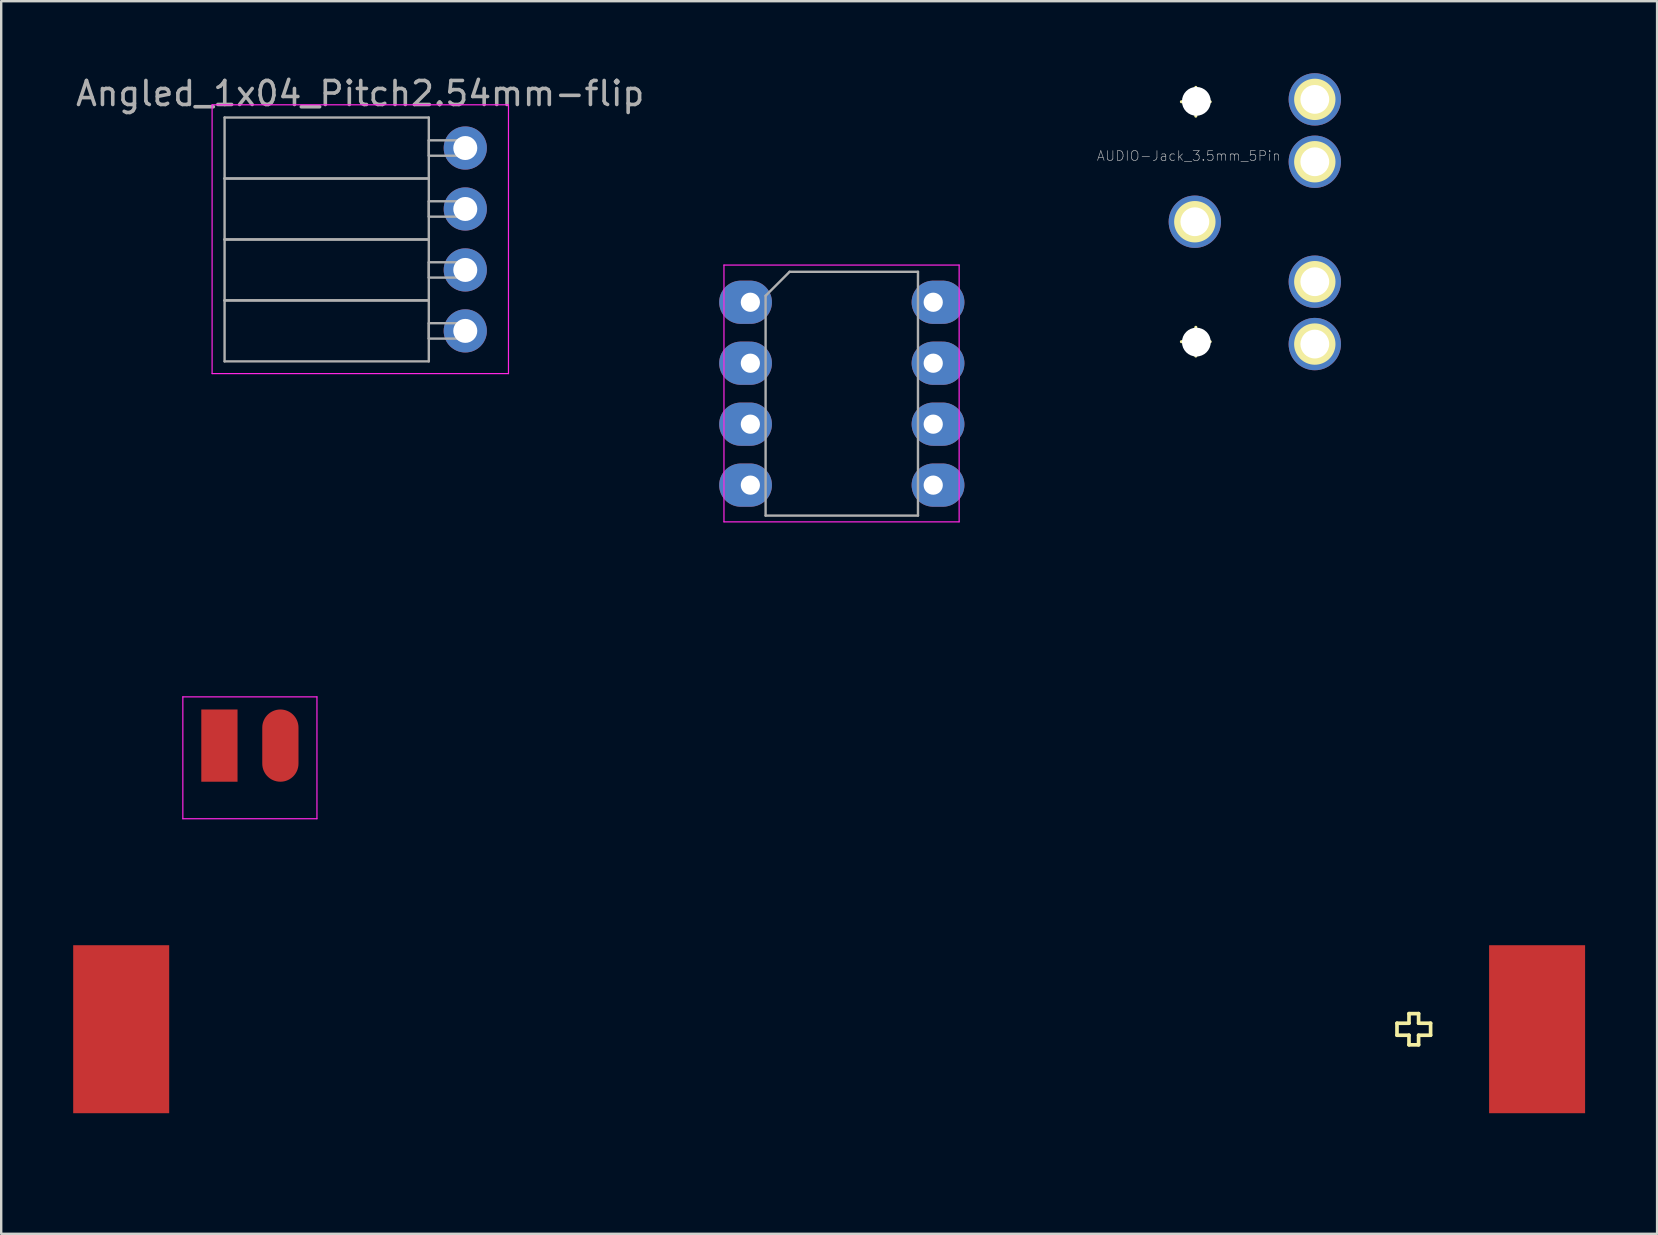
<source format=kicad_pcb>
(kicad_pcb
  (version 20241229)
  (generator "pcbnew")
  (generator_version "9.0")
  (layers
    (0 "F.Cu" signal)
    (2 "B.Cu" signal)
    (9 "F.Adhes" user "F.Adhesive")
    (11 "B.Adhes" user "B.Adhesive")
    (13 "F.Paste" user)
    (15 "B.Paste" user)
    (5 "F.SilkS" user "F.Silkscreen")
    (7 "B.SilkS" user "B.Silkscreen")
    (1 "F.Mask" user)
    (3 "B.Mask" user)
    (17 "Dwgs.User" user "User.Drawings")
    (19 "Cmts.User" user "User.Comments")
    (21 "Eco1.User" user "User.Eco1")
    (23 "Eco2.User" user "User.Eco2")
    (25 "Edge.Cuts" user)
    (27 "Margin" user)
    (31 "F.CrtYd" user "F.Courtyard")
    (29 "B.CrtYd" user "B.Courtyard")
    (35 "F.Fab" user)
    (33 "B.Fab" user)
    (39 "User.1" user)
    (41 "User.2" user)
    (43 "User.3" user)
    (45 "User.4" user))
  (footprint "Bat_connector_SMD"
    (layer "F.Cu")
    (at 6.093 28.019)
    (property "Reference" "Bat_connector_SMD" (at 1.27 -2.54 0) (layer "Eco2.User") (effects (font (size 1 1) (thickness 0.15))))
    (attr through_hole)
    (fp_line (start -1.27 -1.778) (end -1.27 2.794) (stroke (width 0.12) (type solid)) (layer "Eco2.User"))
    (fp_line (start -1.27 -1.778) (end 3.81 -1.778) (stroke (width 0.12) (type solid)) (layer "Eco2.User"))
    (fp_line (start 3.81 -1.778) (end 3.81 2.794) (stroke (width 0.12) (type solid)) (layer "Eco2.User"))
    (fp_line (start 3.81 2.794) (end -1.27 2.794) (stroke (width 0.12) (type solid)) (layer "Eco2.User"))
    (fp_line (start -1.524 -2.032) (end -1.524 3.048) (stroke (width 0.05) (type solid)) (layer "F.CrtYd"))
    (fp_line (start -1.524 -2.032) (end 4.064 -2.032) (stroke (width 0.05) (type solid)) (layer "F.CrtYd"))
    (fp_line (start 4.064 3.048) (end -1.524 3.048) (stroke (width 0.05) (type solid)) (layer "F.CrtYd"))
    (fp_line (start 4.064 3.048) (end 4.064 -2.032) (stroke (width 0.05) (type solid)) (layer "F.CrtYd"))
    (fp_text user "+" (at 2.54 2.032 0) (layer "Eco2.User") (effects (font (size 1 1) (thickness 0.15))))
    (fp_text user "-" (at 0 2.032 0) (layer "Eco2.User") (effects (font (size 1 1) (thickness 0.15))))
    (pad "1" smd rect (at 0 0) (size 1.51 3.01) (layers "F.Cu" "F.Mask" "F.Paste"))
    (pad "2" smd oval (at 2.54 0) (size 1.51 3.01) (layers "F.Cu" "F.Mask" "F.Paste")))
  (footprint "BAT_Holder_AAA-new_noHole"
    (layer "F.Cu")
    (at 31.5 39.953)
    (property "Reference" "BAT_Holder_AAA-new_noHole" (at 0 -3.81 0) (layer "Eco2.User") (effects (font (size 1 1) (thickness 0.15))))
    (attr through_hole)
    (fp_line (start 23.662 0.134) (end 23.662 -0.366) (stroke (width 0.152) (type solid)) (layer "F.SilkS"))
    (fp_line (start 23.662 0.134) (end 24.162 0.134) (stroke (width 0.152) (type solid)) (layer "F.SilkS"))
    (fp_line (start 24.162 -0.766) (end 24.562 -0.766) (stroke (width 0.152) (type solid)) (layer "F.SilkS"))
    (fp_line (start 24.162 -0.366) (end 23.662 -0.366) (stroke (width 0.152) (type solid)) (layer "F.SilkS"))
    (fp_line (start 24.162 -0.366) (end 24.162 -0.766) (stroke (width 0.152) (type solid)) (layer "F.SilkS"))
    (fp_line (start 24.162 0.534) (end 24.162 0.134) (stroke (width 0.152) (type solid)) (layer "F.SilkS"))
    (fp_line (start 24.562 -0.766) (end 24.562 -0.366) (stroke (width 0.152) (type solid)) (layer "F.SilkS"))
    (fp_line (start 24.562 -0.366) (end 25.062 -0.366) (stroke (width 0.152) (type solid)) (layer "F.SilkS"))
    (fp_line (start 24.562 0.134) (end 24.562 0.534) (stroke (width 0.152) (type solid)) (layer "F.SilkS"))
    (fp_line (start 24.562 0.534) (end 24.162 0.534) (stroke (width 0.152) (type solid)) (layer "F.SilkS"))
    (fp_line (start 25.062 -0.366) (end 25.062 0.134) (stroke (width 0.152) (type solid)) (layer "F.SilkS"))
    (fp_line (start 25.062 0.134) (end 24.562 0.134) (stroke (width 0.152) (type solid)) (layer "F.SilkS"))
    (fp_line (start -27.18 -5.786) (end -27.178 5.334) (stroke (width 0.15) (type solid)) (layer "Eco2.User"))
    (fp_line (start -27.18 -5.786) (end 27.18 -5.786) (stroke (width 0.15) (type solid)) (layer "Eco2.User"))
    (fp_line (start -27.18 5.334) (end 27.18 5.334) (stroke (width 0.15) (type solid)) (layer "Eco2.User"))
    (fp_line (start 27.178 5.334) (end 27.18 -5.786) (stroke (width 0.15) (type solid)) (layer "Eco2.User"))
    (fp_line (start 31 -0.116) (end -31 -0.116) (stroke (width 0.152) (type solid)) (layer "Eco2.User"))
    (pad "1" smd rect (at 29.5 -0.116) (size 4 7) (layers "F.Cu" "F.Mask" "F.Paste"))
    (pad "2" smd rect (at -29.5 -0.116) (size 4 7) (layers "F.Cu" "F.Mask" "F.Paste")))
  (footprint "AUDIO-Jack_3.5mm_5Pin"
    (layer "F.Cu")
    (at 46.738 6.189)
    (property "Reference" "AUDIO-Jack_3.5mm_5Pin" (at -0.254 -2.743 0) (layer "Dwgs.User") (effects (font (size 0.406 0.406) (thickness 0.025))))
    (attr exclude_from_pos_files exclude_from_bom)
    (fp_line (start -0.559 -4.999) (end 0.64 -4.999) (stroke (width 0.127) (type solid)) (layer "F.SilkS"))
    (fp_line (start -0.559 4.999) (end 0.64 4.999) (stroke (width 0.127) (type solid)) (layer "F.SilkS"))
    (fp_line (start 0.041 -4.399) (end 0.041 -5.598) (stroke (width 0.127) (type solid)) (layer "F.SilkS"))
    (fp_line (start 0.041 5.598) (end 0.041 4.399) (stroke (width 0.127) (type solid)) (layer "F.SilkS"))
    (fp_circle (center 0 0) (end -0.61 0.61) (stroke (width 0) (type solid)) (fill yes) (layer "F.SilkS"))
    (fp_circle (center 0 0) (end -0.33 0.33) (stroke (width 0) (type solid)) (fill yes) (layer "F.SilkS"))
    (fp_circle (center 0.041 -4.999) (end -0.259 -5.298) (stroke (width 0.127) (type solid)) (fill no) (layer "F.SilkS"))
    (fp_circle (center 0.041 4.999) (end -0.259 5.298) (stroke (width 0.127) (type solid)) (fill no) (layer "F.SilkS"))
    (fp_circle (center 4.999 -5.098) (end 5.329 -5.428) (stroke (width 0) (type solid)) (fill yes) (layer "F.SilkS"))
    (fp_circle (center 4.999 -5.098) (end 5.608 -5.707) (stroke (width 0) (type solid)) (fill yes) (layer "F.SilkS"))
    (fp_circle (center 4.999 -2.499) (end 5.329 -2.83) (stroke (width 0) (type solid)) (fill yes) (layer "F.SilkS"))
    (fp_circle (center 4.999 -2.499) (end 5.608 -3.109) (stroke (width 0) (type solid)) (fill yes) (layer "F.SilkS"))
    (fp_circle (center 4.999 2.499) (end 5.329 2.83) (stroke (width 0) (type solid)) (fill yes) (layer "F.SilkS"))
    (fp_circle (center 4.999 2.499) (end 5.608 3.109) (stroke (width 0) (type solid)) (fill yes) (layer "F.SilkS"))
    (fp_circle (center 4.999 5.098) (end 5.329 5.428) (stroke (width 0) (type solid)) (fill yes) (layer "F.SilkS"))
    (fp_circle (center 4.999 5.098) (end 5.608 5.707) (stroke (width 0) (type solid)) (fill yes) (layer "F.SilkS"))
    (fp_line (start -6.5 -3) (end -6.5 3) (stroke (width 0.203) (type solid)) (layer "Eco2.User"))
    (fp_line (start -6.5 -3) (end -4.498 -3) (stroke (width 0.203) (type solid)) (layer "Eco2.User"))
    (fp_line (start -6.5 3) (end -4.498 3) (stroke (width 0.203) (type solid)) (layer "Eco2.User"))
    (fp_line (start -4.498 -4.498) (end -4.498 -3) (stroke (width 0.203) (type solid)) (layer "Eco2.User"))
    (fp_line (start -4.498 -4.498) (end -3.498 -4.498) (stroke (width 0.203) (type solid)) (layer "Eco2.User"))
    (fp_line (start -4.498 3) (end -4.498 4.498) (stroke (width 0.203) (type solid)) (layer "Eco2.User"))
    (fp_line (start -4.498 4.498) (end -3.498 4.498) (stroke (width 0.203) (type solid)) (layer "Eco2.User"))
    (fp_line (start -3.498 -5.999) (end -3.498 5.999) (stroke (width 0.203) (type solid)) (layer "Eco2.User"))
    (fp_line (start -3.498 -5.999) (end 3.498 -5.999) (stroke (width 0.203) (type solid)) (layer "Eco2.User"))
    (fp_line (start -3.498 5.999) (end 3.498 5.999) (stroke (width 0.203) (type solid)) (layer "Eco2.User"))
    (fp_line (start 7.498 -5.999) (end 6.5 -5.999) (stroke (width 0.203) (type solid)) (layer "Eco2.User"))
    (fp_line (start 7.498 -5.999) (end 7.498 5.999) (stroke (width 0.203) (type solid)) (layer "Eco2.User"))
    (fp_line (start 7.498 5.999) (end 6.5 5.999) (stroke (width 0.203) (type solid)) (layer "Eco2.User"))
    (pad "" np_thru_hole circle (at 0.064 -5.016) (size 1.2 1.2) (drill 1.2) (layers "*.Cu" "*.Mask"))
    (pad "" np_thru_hole circle (at 0.064 5.016) (size 1.2 1.2) (drill 1.2) (layers "*.Cu" "*.Mask"))
    (pad "1" thru_hole circle (at 0 0) (size 2.182 2.182) (drill 1.2) (layers "*.Cu" "*.Mask"))
    (pad "2" thru_hole circle (at 4.999 5.098) (size 2.182 2.182) (drill 1.2) (layers "*.Cu" "*.Mask"))
    (pad "3" thru_hole circle (at 4.999 -5.098) (size 2.182 2.182) (drill 1.2) (layers "*.Cu" "*.Mask"))
    (pad "5" thru_hole circle (at 4.999 2.499) (size 2.182 2.182) (drill 1.2) (layers "*.Cu" "*.Mask"))
    (pad "6" thru_hole circle (at 4.999 -2.499) (size 2.182 2.182) (drill 1.2) (layers "*.Cu" "*.Mask")))
  (footprint "Angled_1x04_Pitch2.54mm-flip"
    (layer "F.Cu")
    (at 16.338 3.118)
    (property "Reference" "Angled_1x04_Pitch2.54mm-flip" (at -4.38 -2.27 0) (layer "Eco2.User") (effects (font (size 1 1) (thickness 0.15))))
    (attr through_hole)
    (fp_line (start -10.55 -1.8) (end 1.8 -1.8) (stroke (width 0.05) (type solid)) (layer "F.CrtYd"))
    (fp_line (start -10.55 9.4) (end -10.55 -1.8) (stroke (width 0.05) (type solid)) (layer "F.CrtYd"))
    (fp_line (start 1.8 -1.8) (end 1.8 9.4) (stroke (width 0.05) (type solid)) (layer "F.CrtYd"))
    (fp_line (start 1.8 9.4) (end -10.55 9.4) (stroke (width 0.05) (type solid)) (layer "F.CrtYd"))
    (fp_line (start -10.03 -1.27) (end -1.52 -1.27) (stroke (width 0.1) (type solid)) (layer "F.Fab"))
    (fp_line (start -10.03 1.27) (end -10.03 -1.27) (stroke (width 0.1) (type solid)) (layer "F.Fab"))
    (fp_line (start -10.03 1.27) (end -1.52 1.27) (stroke (width 0.1) (type solid)) (layer "F.Fab"))
    (fp_line (start -10.03 3.81) (end -10.03 1.27) (stroke (width 0.1) (type solid)) (layer "F.Fab"))
    (fp_line (start -10.03 3.81) (end -1.52 3.81) (stroke (width 0.1) (type solid)) (layer "F.Fab"))
    (fp_line (start -10.03 6.35) (end -10.03 3.81) (stroke (width 0.1) (type solid)) (layer "F.Fab"))
    (fp_line (start -10.03 6.35) (end -1.52 6.35) (stroke (width 0.1) (type solid)) (layer "F.Fab"))
    (fp_line (start -10.03 8.89) (end -10.03 6.35) (stroke (width 0.1) (type solid)) (layer "F.Fab"))
    (fp_line (start -1.52 -1.27) (end -1.52 1.27) (stroke (width 0.1) (type solid)) (layer "F.Fab"))
    (fp_line (start -1.52 -0.32) (end 0 -0.32) (stroke (width 0.1) (type solid)) (layer "F.Fab"))
    (fp_line (start -1.52 0.32) (end -1.52 -0.32) (stroke (width 0.1) (type solid)) (layer "F.Fab"))
    (fp_line (start -1.52 1.27) (end -10.03 1.27) (stroke (width 0.1) (type solid)) (layer "F.Fab"))
    (fp_line (start -1.52 1.27) (end -1.52 3.81) (stroke (width 0.1) (type solid)) (layer "F.Fab"))
    (fp_line (start -1.52 2.22) (end 0 2.22) (stroke (width 0.1) (type solid)) (layer "F.Fab"))
    (fp_line (start -1.52 2.86) (end -1.52 2.22) (stroke (width 0.1) (type solid)) (layer "F.Fab"))
    (fp_line (start -1.52 3.81) (end -10.03 3.81) (stroke (width 0.1) (type solid)) (layer "F.Fab"))
    (fp_line (start -1.52 3.81) (end -1.52 6.35) (stroke (width 0.1) (type solid)) (layer "F.Fab"))
    (fp_line (start -1.52 4.76) (end 0 4.76) (stroke (width 0.1) (type solid)) (layer "F.Fab"))
    (fp_line (start -1.52 5.4) (end -1.52 4.76) (stroke (width 0.1) (type solid)) (layer "F.Fab"))
    (fp_line (start -1.52 6.35) (end -10.03 6.35) (stroke (width 0.1) (type solid)) (layer "F.Fab"))
    (fp_line (start -1.52 6.35) (end -1.52 8.89) (stroke (width 0.1) (type solid)) (layer "F.Fab"))
    (fp_line (start -1.52 7.3) (end 0 7.3) (stroke (width 0.1) (type solid)) (layer "F.Fab"))
    (fp_line (start -1.52 7.94) (end -1.52 7.3) (stroke (width 0.1) (type solid)) (layer "F.Fab"))
    (fp_line (start -1.52 8.89) (end -10.03 8.89) (stroke (width 0.1) (type solid)) (layer "F.Fab"))
    (fp_line (start 0 -0.32) (end 0 0.32) (stroke (width 0.1) (type solid)) (layer "F.Fab"))
    (fp_line (start 0 0.32) (end -1.52 0.32) (stroke (width 0.1) (type solid)) (layer "F.Fab"))
    (fp_line (start 0 2.22) (end 0 2.86) (stroke (width 0.1) (type solid)) (layer "F.Fab"))
    (fp_line (start 0 2.86) (end -1.52 2.86) (stroke (width 0.1) (type solid)) (layer "F.Fab"))
    (fp_line (start 0 4.76) (end 0 5.4) (stroke (width 0.1) (type solid)) (layer "F.Fab"))
    (fp_line (start 0 5.4) (end -1.52 5.4) (stroke (width 0.1) (type solid)) (layer "F.Fab"))
    (fp_line (start 0 7.3) (end 0 7.94) (stroke (width 0.1) (type solid)) (layer "F.Fab"))
    (fp_line (start 0 7.94) (end -1.52 7.94) (stroke (width 0.1) (type solid)) (layer "F.Fab"))
    (fp_text user "${REFERENCE}" (at -4.38 -2.27 0) (layer "F.Fab") (effects (font (size 1 1) (thickness 0.15))))
    (pad "1" thru_hole circle (at 0 7.62) (size 1.8 1.8) (drill 1) (layers "*.Cu" "*.Mask"))
    (pad "2" thru_hole circle (at 0 5.08) (size 1.8 1.8) (drill 1) (layers "*.Cu" "*.Mask"))
    (pad "3" thru_hole circle (at 0 2.54) (size 1.8 1.8) (drill 1) (layers "*.Cu" "*.Mask"))
    (pad "4" thru_hole circle (at 0 0) (size 1.8 1.8) (drill 1) (layers "*.Cu" "*.Mask")))
  (footprint "Attiny_DIP-8_W7.62mm_mod"
    (layer "F.Cu")
    (at 28.217 9.545)
    (property "Reference" "Attiny_DIP-8_W7.62mm_mod" (at 3.81 1.27 90) (layer "Eco2.User") (effects (font (size 1 1) (thickness 0.15))))
    (attr through_hole)
    (fp_line (start -1.1 -1.55) (end -1.1 9.15) (stroke (width 0.05) (type solid)) (layer "F.CrtYd"))
    (fp_line (start -1.1 9.15) (end 8.7 9.15) (stroke (width 0.05) (type solid)) (layer "F.CrtYd"))
    (fp_line (start 8.7 -1.55) (end -1.1 -1.55) (stroke (width 0.05) (type solid)) (layer "F.CrtYd"))
    (fp_line (start 8.7 9.15) (end 8.7 -1.55) (stroke (width 0.05) (type solid)) (layer "F.CrtYd"))
    (fp_line (start 0.635 -0.27) (end 1.635 -1.27) (stroke (width 0.1) (type solid)) (layer "F.Fab"))
    (fp_line (start 0.635 8.89) (end 0.635 -0.27) (stroke (width 0.1) (type solid)) (layer "F.Fab"))
    (fp_line (start 1.635 -1.27) (end 6.985 -1.27) (stroke (width 0.1) (type solid)) (layer "F.Fab"))
    (fp_line (start 6.985 -1.27) (end 6.985 8.89) (stroke (width 0.1) (type solid)) (layer "F.Fab"))
    (fp_line (start 6.985 8.89) (end 0.635 8.89) (stroke (width 0.1) (type solid)) (layer "F.Fab"))
    (pad "1" thru_hole oval (at 0 0) (size 2.2 1.8) (drill 0.8 (offset -0.2 0)) (layers "B.Cu" "B.Mask"))
    (pad "2" thru_hole oval (at 0 2.54) (size 2.2 1.8) (drill 0.8 (offset -0.2 0)) (layers "B.Cu" "B.Mask"))
    (pad "3" thru_hole oval (at 0 5.08) (size 2.2 1.8) (drill 0.8 (offset -0.2 0)) (layers "B.Cu" "B.Mask"))
    (pad "4" thru_hole oval (at 0 7.62) (size 2.2 1.8) (drill 0.8 (offset -0.2 0)) (layers "B.Cu" "B.Mask"))
    (pad "5" thru_hole oval (at 7.62 7.62) (size 2.2 1.8) (drill 0.8 (offset 0.2 0)) (layers "B.Cu" "B.Mask"))
    (pad "6" thru_hole oval (at 7.62 5.08) (size 2.2 1.8) (drill 0.8 (offset 0.2 0)) (layers "B.Cu" "B.Mask"))
    (pad "7" thru_hole oval (at 7.62 2.54) (size 2.2 1.8) (drill 0.8 (offset 0.2 0)) (layers "B.Cu" "B.Mask"))
    (pad "8" thru_hole oval (at 7.62 0) (size 2.2 1.8) (drill 0.8 (offset 0.2 0)) (layers "B.Cu" "B.Mask")))
  (gr_rect
    (start -3 -3)
    (end 66 48.362)
    (stroke (width 0.1) (type default))
    (fill no)
    (layer "Edge.Cuts")))
</source>
